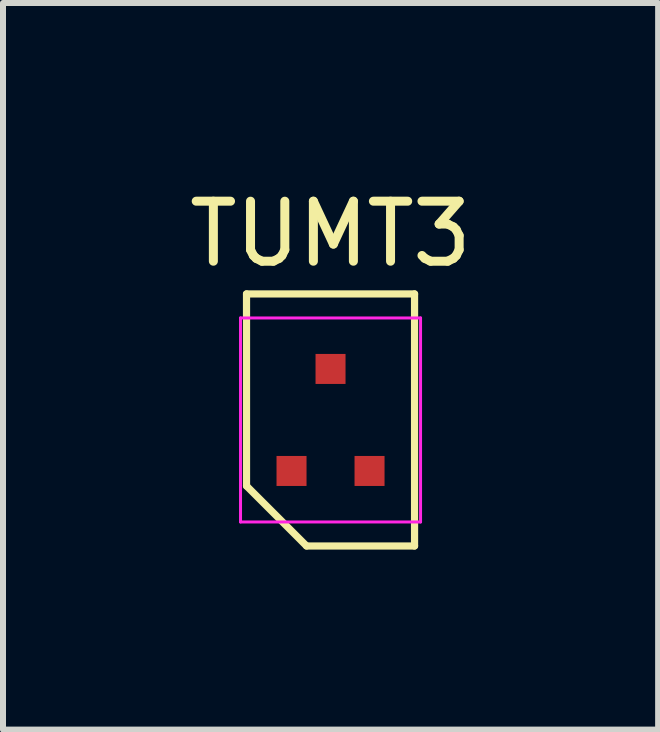
<source format=kicad_pcb>
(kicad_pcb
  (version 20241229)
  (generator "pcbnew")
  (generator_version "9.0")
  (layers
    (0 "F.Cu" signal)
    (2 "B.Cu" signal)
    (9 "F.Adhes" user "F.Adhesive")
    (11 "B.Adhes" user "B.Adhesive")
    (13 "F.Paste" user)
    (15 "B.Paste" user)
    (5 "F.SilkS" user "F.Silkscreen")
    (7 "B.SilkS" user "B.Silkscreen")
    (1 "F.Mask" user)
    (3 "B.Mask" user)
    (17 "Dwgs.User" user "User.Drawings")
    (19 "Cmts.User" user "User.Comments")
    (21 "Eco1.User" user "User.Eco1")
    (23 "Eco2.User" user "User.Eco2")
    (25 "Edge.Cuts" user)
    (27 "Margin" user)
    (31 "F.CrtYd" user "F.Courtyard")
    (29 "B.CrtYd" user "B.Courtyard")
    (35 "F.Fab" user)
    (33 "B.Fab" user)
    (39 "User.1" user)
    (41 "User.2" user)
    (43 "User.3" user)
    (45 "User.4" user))
  (footprint "TUMT3"
    (layer "F.Cu")
    (at 2.458 3.948)
    (property "Reference" "TUMT3" (at 0 -3.1 0) (layer "F.SilkS") (effects (font (size 1 1) (thickness 0.15))))
    (attr smd)
    (fp_line (start -1.4 -2.1) (end 1.4 -2.1) (stroke (width 0.12) (type solid)) (layer "F.SilkS"))
    (fp_line (start -1.4 1.1) (end -1.4 -2.1) (stroke (width 0.12) (type solid)) (layer "F.SilkS"))
    (fp_line (start -0.4 2.1) (end -1.4 1.1) (stroke (width 0.12) (type solid)) (layer "F.SilkS"))
    (fp_line (start 1.4 -2.1) (end 1.4 2.1) (stroke (width 0.12) (type solid)) (layer "F.SilkS"))
    (fp_line (start 1.4 2.1) (end -0.4 2.1) (stroke (width 0.12) (type solid)) (layer "F.SilkS"))
    (fp_line (start -1.5 -1.7) (end 1.5 -1.7) (stroke (width 0.05) (type solid)) (layer "F.CrtYd"))
    (fp_line (start -1.5 1.7) (end -1.5 -1.7) (stroke (width 0.05) (type solid)) (layer "F.CrtYd"))
    (fp_line (start 1.5 -1.7) (end 1.5 1.7) (stroke (width 0.05) (type solid)) (layer "F.CrtYd"))
    (fp_line (start 1.5 1.7) (end -1.5 1.7) (stroke (width 0.05) (type solid)) (layer "F.CrtYd"))
    (pad "1" smd rect (at -0.65 0.85) (size 0.5 0.5) (layers "F.Cu" "F.Mask" "F.Paste"))
    (pad "2" smd rect (at 0.65 0.85) (size 0.5 0.5) (layers "F.Cu" "F.Mask" "F.Paste"))
    (pad "3" smd rect (at 0 -0.85) (size 0.5 0.5) (layers "F.Cu" "F.Mask" "F.Paste")))
  (gr_rect
    (start -3 -3)
    (end 7.917 9.108)
    (stroke (width 0.1) (type default))
    (fill no)
    (layer "Edge.Cuts")))
</source>
